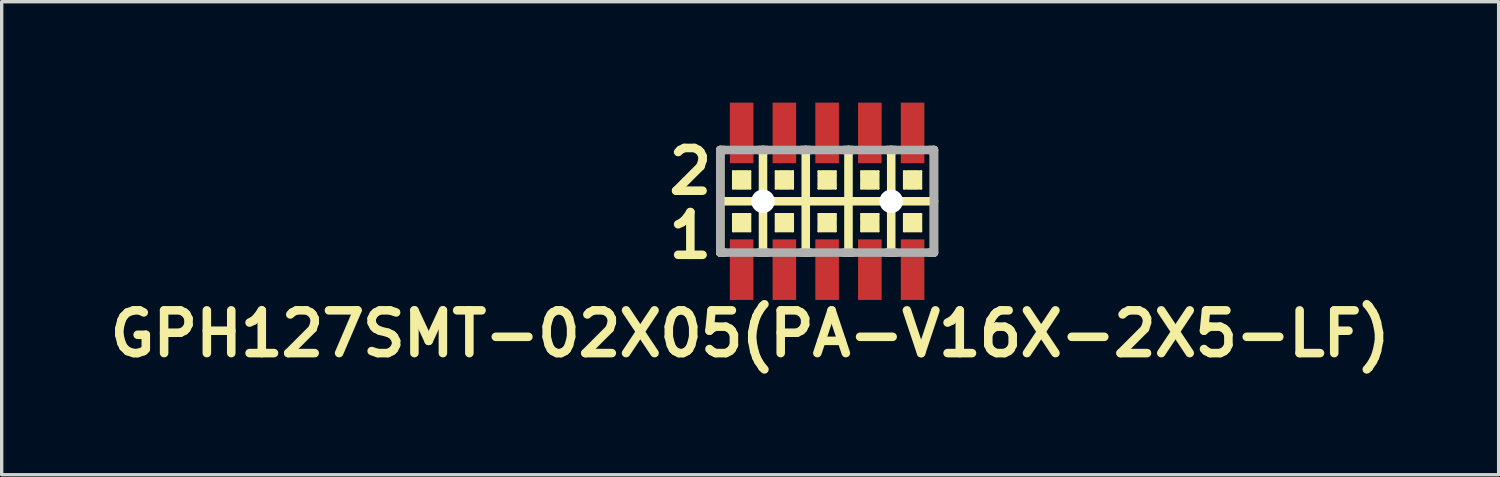
<source format=kicad_pcb>
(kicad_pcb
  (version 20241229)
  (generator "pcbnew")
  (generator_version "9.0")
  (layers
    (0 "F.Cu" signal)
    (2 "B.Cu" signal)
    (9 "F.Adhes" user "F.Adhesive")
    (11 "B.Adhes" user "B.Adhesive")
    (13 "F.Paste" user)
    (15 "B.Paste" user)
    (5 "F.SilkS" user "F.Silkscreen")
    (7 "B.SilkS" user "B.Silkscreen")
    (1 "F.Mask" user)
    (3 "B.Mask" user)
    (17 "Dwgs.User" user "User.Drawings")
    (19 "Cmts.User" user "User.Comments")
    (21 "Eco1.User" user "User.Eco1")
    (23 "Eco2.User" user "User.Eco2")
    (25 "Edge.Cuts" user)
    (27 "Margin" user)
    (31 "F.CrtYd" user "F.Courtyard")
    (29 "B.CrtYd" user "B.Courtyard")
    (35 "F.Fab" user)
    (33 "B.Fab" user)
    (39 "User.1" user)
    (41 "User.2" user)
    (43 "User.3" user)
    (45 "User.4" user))
  (footprint "GPH127SMT-02X05(PA-V16X-2X5-LF)"
    (layer "F.Cu")
    (at 21.53 2.932)
    (property "Reference" "GPH127SMT-02X05(PA-V16X-2X5-LF)" (at -2.286 3.937 0) (layer "F.SilkS") (effects (font (size 1.27 1.27) (thickness 0.254))))
    (attr smd)
    (fp_line (start -3.175 -1.524) (end -3.175 0) (stroke (width 0.254) (type solid)) (layer "F.SilkS"))
    (fp_line (start -3.175 0) (end -3.175 1.524) (stroke (width 0.254) (type solid)) (layer "F.SilkS"))
    (fp_line (start -3.175 0) (end -1.905 0) (stroke (width 0.254) (type solid)) (layer "F.SilkS"))
    (fp_line (start -3.175 1.524) (end -3.048 1.524) (stroke (width 0.254) (type solid)) (layer "F.SilkS"))
    (fp_line (start -3.048 -1.524) (end -3.175 -1.524) (stroke (width 0.254) (type solid)) (layer "F.SilkS"))
    (fp_line (start -2.794 -0.889) (end -2.286 -0.889) (stroke (width 0.066) (type solid)) (layer "F.SilkS"))
    (fp_line (start -2.794 -0.381) (end -2.794 -0.889) (stroke (width 0.066) (type solid)) (layer "F.SilkS"))
    (fp_line (start -2.794 -0.381) (end -2.286 -0.381) (stroke (width 0.066) (type solid)) (layer "F.SilkS"))
    (fp_line (start -2.794 0.381) (end -2.286 0.381) (stroke (width 0.066) (type solid)) (layer "F.SilkS"))
    (fp_line (start -2.794 0.889) (end -2.794 0.381) (stroke (width 0.066) (type solid)) (layer "F.SilkS"))
    (fp_line (start -2.794 0.889) (end -2.286 0.889) (stroke (width 0.066) (type solid)) (layer "F.SilkS"))
    (fp_line (start -2.667 -0.762) (end -2.413 -0.762) (stroke (width 0.3) (type solid)) (layer "F.SilkS"))
    (fp_line (start -2.667 -0.508) (end -2.667 -0.762) (stroke (width 0.254) (type solid)) (layer "F.SilkS"))
    (fp_line (start -2.667 0.508) (end -2.413 0.508) (stroke (width 0.3) (type solid)) (layer "F.SilkS"))
    (fp_line (start -2.667 0.762) (end -2.667 0.508) (stroke (width 0.254) (type solid)) (layer "F.SilkS"))
    (fp_line (start -2.413 -0.762) (end -2.413 -0.508) (stroke (width 0.254) (type solid)) (layer "F.SilkS"))
    (fp_line (start -2.413 -0.508) (end -2.667 -0.508) (stroke (width 0.3) (type solid)) (layer "F.SilkS"))
    (fp_line (start -2.413 0.508) (end -2.413 0.762) (stroke (width 0.254) (type solid)) (layer "F.SilkS"))
    (fp_line (start -2.413 0.762) (end -2.667 0.762) (stroke (width 0.3) (type solid)) (layer "F.SilkS"))
    (fp_line (start -2.286 -0.381) (end -2.286 -0.889) (stroke (width 0.066) (type solid)) (layer "F.SilkS"))
    (fp_line (start -2.286 0.889) (end -2.286 0.381) (stroke (width 0.066) (type solid)) (layer "F.SilkS"))
    (fp_line (start -2.032 -1.524) (end -1.905 -1.524) (stroke (width 0.254) (type solid)) (layer "F.SilkS"))
    (fp_line (start -2.032 1.524) (end -1.905 1.524) (stroke (width 0.254) (type solid)) (layer "F.SilkS"))
    (fp_line (start -1.905 -1.524) (end -1.778 -1.524) (stroke (width 0.254) (type solid)) (layer "F.SilkS"))
    (fp_line (start -1.905 0) (end -1.905 -1.524) (stroke (width 0.254) (type solid)) (layer "F.SilkS"))
    (fp_line (start -1.905 0) (end -0.635 0) (stroke (width 0.254) (type solid)) (layer "F.SilkS"))
    (fp_line (start -1.905 1.524) (end -1.905 0) (stroke (width 0.254) (type solid)) (layer "F.SilkS"))
    (fp_line (start -1.905 1.524) (end -1.778 1.524) (stroke (width 0.254) (type solid)) (layer "F.SilkS"))
    (fp_line (start -1.524 -0.889) (end -1.016 -0.889) (stroke (width 0.066) (type solid)) (layer "F.SilkS"))
    (fp_line (start -1.524 -0.381) (end -1.524 -0.889) (stroke (width 0.066) (type solid)) (layer "F.SilkS"))
    (fp_line (start -1.524 -0.381) (end -1.016 -0.381) (stroke (width 0.066) (type solid)) (layer "F.SilkS"))
    (fp_line (start -1.524 0.381) (end -1.016 0.381) (stroke (width 0.066) (type solid)) (layer "F.SilkS"))
    (fp_line (start -1.524 0.889) (end -1.524 0.381) (stroke (width 0.066) (type solid)) (layer "F.SilkS"))
    (fp_line (start -1.524 0.889) (end -1.016 0.889) (stroke (width 0.066) (type solid)) (layer "F.SilkS"))
    (fp_line (start -1.397 -0.762) (end -1.143 -0.762) (stroke (width 0.3) (type solid)) (layer "F.SilkS"))
    (fp_line (start -1.397 -0.508) (end -1.397 -0.762) (stroke (width 0.254) (type solid)) (layer "F.SilkS"))
    (fp_line (start -1.397 0.508) (end -1.143 0.508) (stroke (width 0.3) (type solid)) (layer "F.SilkS"))
    (fp_line (start -1.397 0.762) (end -1.397 0.508) (stroke (width 0.254) (type solid)) (layer "F.SilkS"))
    (fp_line (start -1.143 -0.762) (end -1.143 -0.508) (stroke (width 0.254) (type solid)) (layer "F.SilkS"))
    (fp_line (start -1.143 -0.508) (end -1.397 -0.508) (stroke (width 0.3) (type solid)) (layer "F.SilkS"))
    (fp_line (start -1.143 0.508) (end -1.143 0.762) (stroke (width 0.254) (type solid)) (layer "F.SilkS"))
    (fp_line (start -1.143 0.762) (end -1.397 0.762) (stroke (width 0.3) (type solid)) (layer "F.SilkS"))
    (fp_line (start -1.016 -0.381) (end -1.016 -0.889) (stroke (width 0.066) (type solid)) (layer "F.SilkS"))
    (fp_line (start -1.016 0.889) (end -1.016 0.381) (stroke (width 0.066) (type solid)) (layer "F.SilkS"))
    (fp_line (start -0.762 -1.524) (end -0.635 -1.524) (stroke (width 0.254) (type solid)) (layer "F.SilkS"))
    (fp_line (start -0.762 1.524) (end -0.635 1.524) (stroke (width 0.254) (type solid)) (layer "F.SilkS"))
    (fp_line (start -0.635 -1.524) (end -0.508 -1.524) (stroke (width 0.254) (type solid)) (layer "F.SilkS"))
    (fp_line (start -0.635 0) (end -0.635 -1.524) (stroke (width 0.254) (type solid)) (layer "F.SilkS"))
    (fp_line (start -0.635 0) (end 0.635 0) (stroke (width 0.254) (type solid)) (layer "F.SilkS"))
    (fp_line (start -0.635 1.524) (end -0.635 0) (stroke (width 0.254) (type solid)) (layer "F.SilkS"))
    (fp_line (start -0.635 1.524) (end -0.508 1.524) (stroke (width 0.254) (type solid)) (layer "F.SilkS"))
    (fp_line (start -0.254 -0.889) (end 0.254 -0.889) (stroke (width 0.066) (type solid)) (layer "F.SilkS"))
    (fp_line (start -0.254 -0.381) (end -0.254 -0.889) (stroke (width 0.066) (type solid)) (layer "F.SilkS"))
    (fp_line (start -0.254 -0.381) (end 0.254 -0.381) (stroke (width 0.066) (type solid)) (layer "F.SilkS"))
    (fp_line (start -0.254 0.381) (end 0.254 0.381) (stroke (width 0.066) (type solid)) (layer "F.SilkS"))
    (fp_line (start -0.254 0.889) (end -0.254 0.381) (stroke (width 0.066) (type solid)) (layer "F.SilkS"))
    (fp_line (start -0.254 0.889) (end 0.254 0.889) (stroke (width 0.066) (type solid)) (layer "F.SilkS"))
    (fp_line (start -0.127 -0.762) (end 0.127 -0.762) (stroke (width 0.3) (type solid)) (layer "F.SilkS"))
    (fp_line (start -0.127 -0.508) (end -0.127 -0.762) (stroke (width 0.254) (type solid)) (layer "F.SilkS"))
    (fp_line (start -0.127 0.508) (end 0.127 0.508) (stroke (width 0.3) (type solid)) (layer "F.SilkS"))
    (fp_line (start -0.127 0.762) (end -0.127 0.508) (stroke (width 0.254) (type solid)) (layer "F.SilkS"))
    (fp_line (start 0.127 -0.762) (end 0.127 -0.508) (stroke (width 0.254) (type solid)) (layer "F.SilkS"))
    (fp_line (start 0.127 -0.508) (end -0.127 -0.508) (stroke (width 0.3) (type solid)) (layer "F.SilkS"))
    (fp_line (start 0.127 0.508) (end 0.127 0.762) (stroke (width 0.254) (type solid)) (layer "F.SilkS"))
    (fp_line (start 0.127 0.762) (end -0.127 0.762) (stroke (width 0.3) (type solid)) (layer "F.SilkS"))
    (fp_line (start 0.254 -0.381) (end 0.254 -0.889) (stroke (width 0.066) (type solid)) (layer "F.SilkS"))
    (fp_line (start 0.254 0.889) (end 0.254 0.381) (stroke (width 0.066) (type solid)) (layer "F.SilkS"))
    (fp_line (start 0.508 -1.524) (end 0.635 -1.524) (stroke (width 0.254) (type solid)) (layer "F.SilkS"))
    (fp_line (start 0.508 1.524) (end 0.635 1.524) (stroke (width 0.254) (type solid)) (layer "F.SilkS"))
    (fp_line (start 0.635 -1.524) (end 0.762 -1.524) (stroke (width 0.254) (type solid)) (layer "F.SilkS"))
    (fp_line (start 0.635 0) (end 0.635 -1.524) (stroke (width 0.254) (type solid)) (layer "F.SilkS"))
    (fp_line (start 0.635 0) (end 1.905 0) (stroke (width 0.254) (type solid)) (layer "F.SilkS"))
    (fp_line (start 0.635 1.524) (end 0.635 0) (stroke (width 0.254) (type solid)) (layer "F.SilkS"))
    (fp_line (start 0.635 1.524) (end 0.762 1.524) (stroke (width 0.254) (type solid)) (layer "F.SilkS"))
    (fp_line (start 1.016 -0.889) (end 1.524 -0.889) (stroke (width 0.066) (type solid)) (layer "F.SilkS"))
    (fp_line (start 1.016 -0.381) (end 1.016 -0.889) (stroke (width 0.066) (type solid)) (layer "F.SilkS"))
    (fp_line (start 1.016 -0.381) (end 1.524 -0.381) (stroke (width 0.066) (type solid)) (layer "F.SilkS"))
    (fp_line (start 1.016 0.381) (end 1.524 0.381) (stroke (width 0.066) (type solid)) (layer "F.SilkS"))
    (fp_line (start 1.016 0.889) (end 1.016 0.381) (stroke (width 0.066) (type solid)) (layer "F.SilkS"))
    (fp_line (start 1.016 0.889) (end 1.524 0.889) (stroke (width 0.066) (type solid)) (layer "F.SilkS"))
    (fp_line (start 1.143 -0.762) (end 1.397 -0.762) (stroke (width 0.3) (type solid)) (layer "F.SilkS"))
    (fp_line (start 1.143 -0.508) (end 1.143 -0.762) (stroke (width 0.254) (type solid)) (layer "F.SilkS"))
    (fp_line (start 1.143 0.508) (end 1.397 0.508) (stroke (width 0.3) (type solid)) (layer "F.SilkS"))
    (fp_line (start 1.143 0.762) (end 1.143 0.508) (stroke (width 0.254) (type solid)) (layer "F.SilkS"))
    (fp_line (start 1.397 -0.762) (end 1.397 -0.508) (stroke (width 0.254) (type solid)) (layer "F.SilkS"))
    (fp_line (start 1.397 -0.508) (end 1.143 -0.508) (stroke (width 0.3) (type solid)) (layer "F.SilkS"))
    (fp_line (start 1.397 0.508) (end 1.397 0.762) (stroke (width 0.254) (type solid)) (layer "F.SilkS"))
    (fp_line (start 1.397 0.762) (end 1.143 0.762) (stroke (width 0.3) (type solid)) (layer "F.SilkS"))
    (fp_line (start 1.524 -0.381) (end 1.524 -0.889) (stroke (width 0.066) (type solid)) (layer "F.SilkS"))
    (fp_line (start 1.524 0.889) (end 1.524 0.381) (stroke (width 0.066) (type solid)) (layer "F.SilkS"))
    (fp_line (start 1.778 -1.524) (end 1.905 -1.524) (stroke (width 0.254) (type solid)) (layer "F.SilkS"))
    (fp_line (start 1.778 1.524) (end 1.905 1.524) (stroke (width 0.254) (type solid)) (layer "F.SilkS"))
    (fp_line (start 1.905 -1.524) (end 2.032 -1.524) (stroke (width 0.254) (type solid)) (layer "F.SilkS"))
    (fp_line (start 1.905 0) (end 1.905 -1.524) (stroke (width 0.254) (type solid)) (layer "F.SilkS"))
    (fp_line (start 1.905 0) (end 3.175 0) (stroke (width 0.254) (type solid)) (layer "F.SilkS"))
    (fp_line (start 1.905 1.524) (end 1.905 0) (stroke (width 0.254) (type solid)) (layer "F.SilkS"))
    (fp_line (start 1.905 1.524) (end 2.032 1.524) (stroke (width 0.254) (type solid)) (layer "F.SilkS"))
    (fp_line (start 2.286 -0.889) (end 2.794 -0.889) (stroke (width 0.066) (type solid)) (layer "F.SilkS"))
    (fp_line (start 2.286 -0.381) (end 2.286 -0.889) (stroke (width 0.066) (type solid)) (layer "F.SilkS"))
    (fp_line (start 2.286 -0.381) (end 2.794 -0.381) (stroke (width 0.066) (type solid)) (layer "F.SilkS"))
    (fp_line (start 2.286 0.381) (end 2.794 0.381) (stroke (width 0.066) (type solid)) (layer "F.SilkS"))
    (fp_line (start 2.286 0.889) (end 2.286 0.381) (stroke (width 0.066) (type solid)) (layer "F.SilkS"))
    (fp_line (start 2.286 0.889) (end 2.794 0.889) (stroke (width 0.066) (type solid)) (layer "F.SilkS"))
    (fp_line (start 2.413 -0.762) (end 2.667 -0.762) (stroke (width 0.3) (type solid)) (layer "F.SilkS"))
    (fp_line (start 2.413 -0.508) (end 2.413 -0.762) (stroke (width 0.254) (type solid)) (layer "F.SilkS"))
    (fp_line (start 2.413 0.508) (end 2.667 0.508) (stroke (width 0.3) (type solid)) (layer "F.SilkS"))
    (fp_line (start 2.413 0.762) (end 2.413 0.508) (stroke (width 0.254) (type solid)) (layer "F.SilkS"))
    (fp_line (start 2.667 -0.762) (end 2.667 -0.508) (stroke (width 0.254) (type solid)) (layer "F.SilkS"))
    (fp_line (start 2.667 -0.508) (end 2.413 -0.508) (stroke (width 0.3) (type solid)) (layer "F.SilkS"))
    (fp_line (start 2.667 0.508) (end 2.667 0.762) (stroke (width 0.254) (type solid)) (layer "F.SilkS"))
    (fp_line (start 2.667 0.762) (end 2.413 0.762) (stroke (width 0.3) (type solid)) (layer "F.SilkS"))
    (fp_line (start 2.794 -0.381) (end 2.794 -0.889) (stroke (width 0.066) (type solid)) (layer "F.SilkS"))
    (fp_line (start 2.794 0.889) (end 2.794 0.381) (stroke (width 0.066) (type solid)) (layer "F.SilkS"))
    (fp_line (start 3.048 -1.524) (end 3.175 -1.524) (stroke (width 0.254) (type solid)) (layer "F.SilkS"))
    (fp_line (start 3.048 1.524) (end 3.175 1.524) (stroke (width 0.254) (type solid)) (layer "F.SilkS"))
    (fp_line (start 3.175 0) (end 3.175 -1.524) (stroke (width 0.254) (type solid)) (layer "F.SilkS"))
    (fp_line (start 3.175 1.524) (end 3.175 0) (stroke (width 0.254) (type solid)) (layer "F.SilkS"))
    (fp_line (start -3.175 -1.524) (end -3.175 1.524) (stroke (width 0.254) (type solid)) (layer "F.Fab"))
    (fp_line (start -3.175 1.524) (end 3.175 1.524) (stroke (width 0.254) (type solid)) (layer "F.Fab"))
    (fp_line (start 3.175 -1.524) (end -3.175 -1.524) (stroke (width 0.254) (type solid)) (layer "F.Fab"))
    (fp_line (start 3.175 1.524) (end 3.175 -1.524) (stroke (width 0.254) (type solid)) (layer "F.Fab"))
    (fp_text user "2" (at -4.064 -0.889 0) (layer "F.SilkS") (effects (font (size 1.27 1.27) (thickness 0.254))))
    (fp_text user "1" (at -4.064 1.016 0) (layer "F.SilkS") (effects (font (size 1.27 1.27) (thickness 0.254))))
    (pad "" np_thru_hole circle (at -1.905 0) (size 0.7 0.7) (drill 0.7) (layers "*.Cu" "*.Mask"))
    (pad "" np_thru_hole circle (at 1.905 0) (size 0.7 0.7) (drill 0.7) (layers "*.Cu" "*.Mask"))
    (pad "1" smd rect (at -2.54 2.032 270) (size 1.8 0.7) (layers "F.Cu" "F.Mask" "F.Paste"))
    (pad "2" smd rect (at -2.54 -2.032 270) (size 1.8 0.7) (layers "F.Cu" "F.Mask" "F.Paste"))
    (pad "3" smd rect (at -1.27 2.032 270) (size 1.8 0.7) (layers "F.Cu" "F.Mask" "F.Paste"))
    (pad "4" smd rect (at -1.27 -2.032 270) (size 1.8 0.7) (layers "F.Cu" "F.Mask" "F.Paste"))
    (pad "5" smd rect (at 0 2.032 270) (size 1.8 0.7) (layers "F.Cu" "F.Mask" "F.Paste"))
    (pad "6" smd rect (at 0 -2.032 270) (size 1.8 0.7) (layers "F.Cu" "F.Mask" "F.Paste"))
    (pad "7" smd rect (at 1.27 2.032 270) (size 1.8 0.7) (layers "F.Cu" "F.Mask" "F.Paste"))
    (pad "8" smd rect (at 1.27 -2.032 270) (size 1.8 0.7) (layers "F.Cu" "F.Mask" "F.Paste"))
    (pad "9" smd rect (at 2.54 2.032 270) (size 1.8 0.7) (layers "F.Cu" "F.Mask" "F.Paste"))
    (pad "10" smd rect (at 2.54 -2.032 270) (size 1.8 0.7) (layers "F.Cu" "F.Mask" "F.Paste")))
  (gr_rect
    (start -3 -3)
    (end 41.487 11.058)
    (stroke (width 0.1) (type default))
    (fill no)
    (layer "Edge.Cuts")))
</source>
